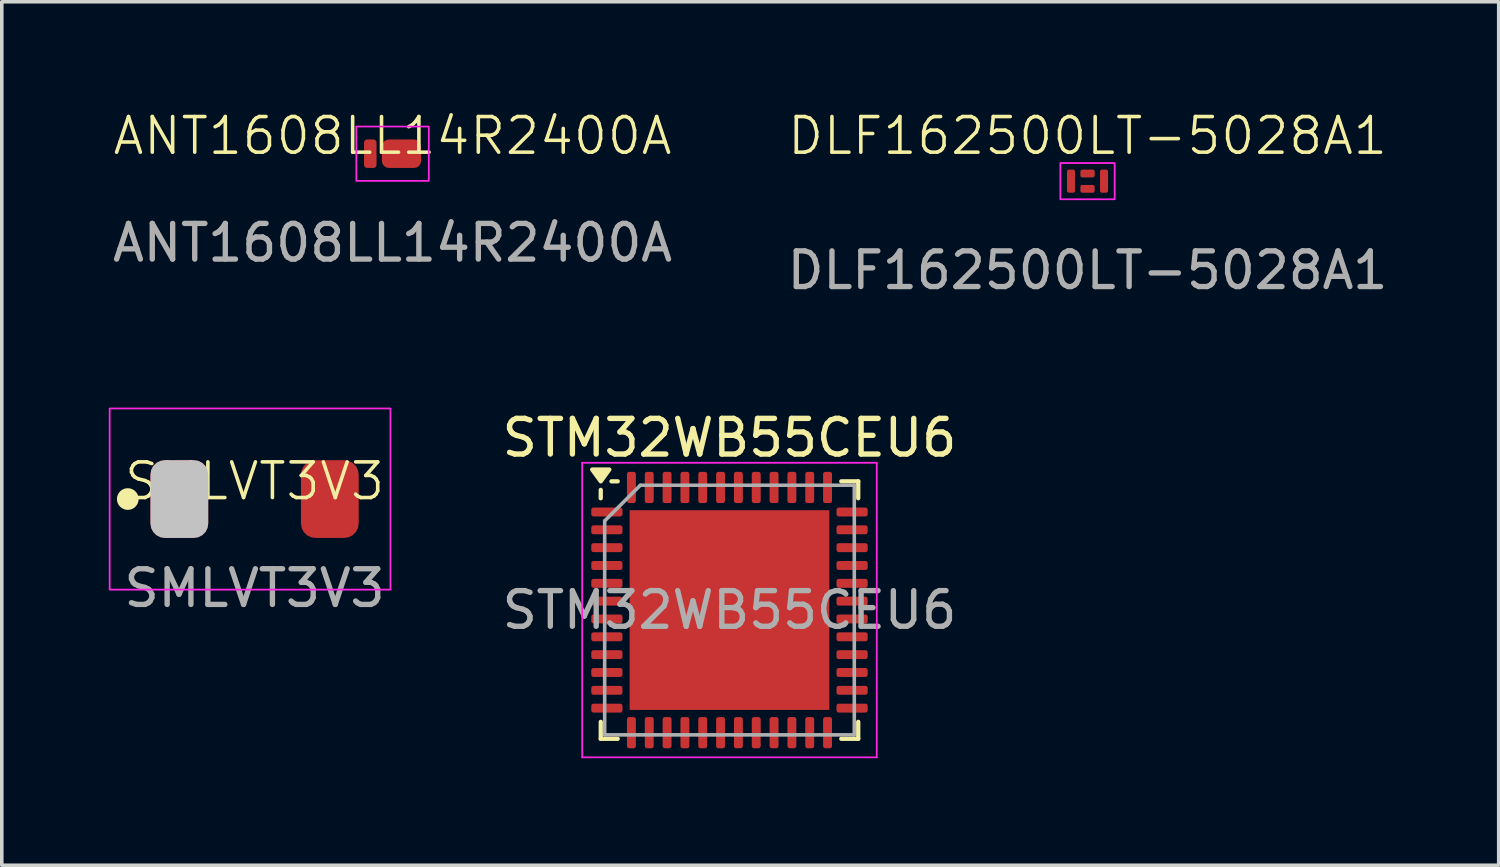
<source format=kicad_pcb>
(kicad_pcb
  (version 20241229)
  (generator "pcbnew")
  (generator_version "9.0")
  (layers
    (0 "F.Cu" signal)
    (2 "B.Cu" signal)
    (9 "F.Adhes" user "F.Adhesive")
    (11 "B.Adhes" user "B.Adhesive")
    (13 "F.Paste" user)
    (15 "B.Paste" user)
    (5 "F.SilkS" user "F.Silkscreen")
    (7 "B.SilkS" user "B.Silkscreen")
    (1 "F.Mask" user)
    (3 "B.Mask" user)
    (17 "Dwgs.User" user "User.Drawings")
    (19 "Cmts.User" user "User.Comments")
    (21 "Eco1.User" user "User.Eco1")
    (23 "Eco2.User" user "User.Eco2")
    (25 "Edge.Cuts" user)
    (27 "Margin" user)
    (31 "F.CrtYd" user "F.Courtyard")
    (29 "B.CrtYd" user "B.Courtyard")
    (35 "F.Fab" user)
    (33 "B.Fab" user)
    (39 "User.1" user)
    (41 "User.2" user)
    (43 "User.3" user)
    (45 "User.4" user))
  (footprint "STM32WB55CEU6"
    (layer "F.Cu")
    (at 17.406 14.057)
    (property "Reference" "STM32WB55CEU6" (at 0 -4.83 0) (layer "F.SilkS") (effects (font (size 1 1) (thickness 0.15))))
    (attr smd)
    (fp_line (start -3.61 -3.135) (end -3.61 -3.37) (stroke (width 0.12) (type solid)) (layer "F.SilkS"))
    (fp_line (start -3.61 3.61) (end -3.61 3.135) (stroke (width 0.12) (type solid)) (layer "F.SilkS"))
    (fp_line (start -3.135 -3.61) (end -3.31 -3.61) (stroke (width 0.12) (type solid)) (layer "F.SilkS"))
    (fp_line (start -3.135 3.61) (end -3.61 3.61) (stroke (width 0.12) (type solid)) (layer "F.SilkS"))
    (fp_line (start 3.135 -3.61) (end 3.61 -3.61) (stroke (width 0.12) (type solid)) (layer "F.SilkS"))
    (fp_line (start 3.135 3.61) (end 3.61 3.61) (stroke (width 0.12) (type solid)) (layer "F.SilkS"))
    (fp_line (start 3.61 -3.61) (end 3.61 -3.135) (stroke (width 0.12) (type solid)) (layer "F.SilkS"))
    (fp_line (start 3.61 3.61) (end 3.61 3.135) (stroke (width 0.12) (type solid)) (layer "F.SilkS"))
    (fp_poly (pts (xy -3.61 -3.61) (xy -3.85 -3.94) (xy -3.37 -3.94) (xy -3.61 -3.61)) (stroke (width 0.12) (type solid)) (fill yes) (layer "F.SilkS"))
    (fp_line (start -4.13 -4.13) (end -4.13 4.13) (stroke (width 0.05) (type solid)) (layer "F.CrtYd"))
    (fp_line (start -4.13 4.13) (end 4.13 4.13) (stroke (width 0.05) (type solid)) (layer "F.CrtYd"))
    (fp_line (start 4.13 -4.13) (end -4.13 -4.13) (stroke (width 0.05) (type solid)) (layer "F.CrtYd"))
    (fp_line (start 4.13 4.13) (end 4.13 -4.13) (stroke (width 0.05) (type solid)) (layer "F.CrtYd"))
    (fp_line (start -3.5 -2.5) (end -2.5 -3.5) (stroke (width 0.1) (type solid)) (layer "F.Fab"))
    (fp_line (start -3.5 3.5) (end -3.5 -2.5) (stroke (width 0.1) (type solid)) (layer "F.Fab"))
    (fp_line (start -2.5 -3.5) (end 3.5 -3.5) (stroke (width 0.1) (type solid)) (layer "F.Fab"))
    (fp_line (start 3.5 -3.5) (end 3.5 3.5) (stroke (width 0.1) (type solid)) (layer "F.Fab"))
    (fp_line (start 3.5 3.5) (end -3.5 3.5) (stroke (width 0.1) (type solid)) (layer "F.Fab"))
    (fp_text user "${REFERENCE}" (at 0 0 0) (layer "F.Fab") (effects (font (size 1 1) (thickness 0.15))))
    (pad "" smd roundrect (at -2.1 -2.1) (size 1.13 1.13) (layers "F.Paste") (roundrect_rratio 0.221))
    (pad "" smd roundrect (at -2.1 -0.7) (size 1.13 1.13) (layers "F.Paste") (roundrect_rratio 0.221))
    (pad "" smd roundrect (at -2.1 0.7) (size 1.13 1.13) (layers "F.Paste") (roundrect_rratio 0.221))
    (pad "" smd roundrect (at -2.1 2.1) (size 1.13 1.13) (layers "F.Paste") (roundrect_rratio 0.221))
    (pad "" smd roundrect (at -0.7 -2.1) (size 1.13 1.13) (layers "F.Paste") (roundrect_rratio 0.221))
    (pad "" smd roundrect (at -0.7 -0.7) (size 1.13 1.13) (layers "F.Paste") (roundrect_rratio 0.221))
    (pad "" smd roundrect (at -0.7 0.7) (size 1.13 1.13) (layers "F.Paste") (roundrect_rratio 0.221))
    (pad "" smd roundrect (at -0.7 2.1) (size 1.13 1.13) (layers "F.Paste") (roundrect_rratio 0.221))
    (pad "" smd roundrect (at 0.7 -2.1) (size 1.13 1.13) (layers "F.Paste") (roundrect_rratio 0.221))
    (pad "" smd roundrect (at 0.7 -0.7) (size 1.13 1.13) (layers "F.Paste") (roundrect_rratio 0.221))
    (pad "" smd roundrect (at 0.7 0.7) (size 1.13 1.13) (layers "F.Paste") (roundrect_rratio 0.221))
    (pad "" smd roundrect (at 0.7 2.1) (size 1.13 1.13) (layers "F.Paste") (roundrect_rratio 0.221))
    (pad "" smd roundrect (at 2.1 -2.1) (size 1.13 1.13) (layers "F.Paste") (roundrect_rratio 0.221))
    (pad "" smd roundrect (at 2.1 -0.7) (size 1.13 1.13) (layers "F.Paste") (roundrect_rratio 0.221))
    (pad "" smd roundrect (at 2.1 0.7) (size 1.13 1.13) (layers "F.Paste") (roundrect_rratio 0.221))
    (pad "" smd roundrect (at 2.1 2.1) (size 1.13 1.13) (layers "F.Paste") (roundrect_rratio 0.221))
    (pad "1" smd roundrect (at -3.438 -2.75) (size 0.875 0.25) (layers "F.Cu" "F.Mask" "F.Paste") (roundrect_rratio 0.25))
    (pad "2" smd roundrect (at -3.438 -2.25) (size 0.875 0.25) (layers "F.Cu" "F.Mask" "F.Paste") (roundrect_rratio 0.25))
    (pad "3" smd roundrect (at -3.438 -1.75) (size 0.875 0.25) (layers "F.Cu" "F.Mask" "F.Paste") (roundrect_rratio 0.25))
    (pad "4" smd roundrect (at -3.438 -1.25) (size 0.875 0.25) (layers "F.Cu" "F.Mask" "F.Paste") (roundrect_rratio 0.25))
    (pad "5" smd roundrect (at -3.438 -0.75) (size 0.875 0.25) (layers "F.Cu" "F.Mask" "F.Paste") (roundrect_rratio 0.25))
    (pad "6" smd roundrect (at -3.438 -0.25) (size 0.875 0.25) (layers "F.Cu" "F.Mask" "F.Paste") (roundrect_rratio 0.25))
    (pad "7" smd roundrect (at -3.438 0.25) (size 0.875 0.25) (layers "F.Cu" "F.Mask" "F.Paste") (roundrect_rratio 0.25))
    (pad "8" smd roundrect (at -3.438 0.75) (size 0.875 0.25) (layers "F.Cu" "F.Mask" "F.Paste") (roundrect_rratio 0.25))
    (pad "9" smd roundrect (at -3.438 1.25) (size 0.875 0.25) (layers "F.Cu" "F.Mask" "F.Paste") (roundrect_rratio 0.25))
    (pad "10" smd roundrect (at -3.438 1.75) (size 0.875 0.25) (layers "F.Cu" "F.Mask" "F.Paste") (roundrect_rratio 0.25))
    (pad "11" smd roundrect (at -3.438 2.25) (size 0.875 0.25) (layers "F.Cu" "F.Mask" "F.Paste") (roundrect_rratio 0.25))
    (pad "12" smd roundrect (at -3.438 2.75) (size 0.875 0.25) (layers "F.Cu" "F.Mask" "F.Paste") (roundrect_rratio 0.25))
    (pad "13" smd roundrect (at -2.75 3.438) (size 0.25 0.875) (layers "F.Cu" "F.Mask" "F.Paste") (roundrect_rratio 0.25))
    (pad "14" smd roundrect (at -2.25 3.438) (size 0.25 0.875) (layers "F.Cu" "F.Mask" "F.Paste") (roundrect_rratio 0.25))
    (pad "15" smd roundrect (at -1.75 3.438) (size 0.25 0.875) (layers "F.Cu" "F.Mask" "F.Paste") (roundrect_rratio 0.25))
    (pad "16" smd roundrect (at -1.25 3.438) (size 0.25 0.875) (layers "F.Cu" "F.Mask" "F.Paste") (roundrect_rratio 0.25))
    (pad "17" smd roundrect (at -0.75 3.438) (size 0.25 0.875) (layers "F.Cu" "F.Mask" "F.Paste") (roundrect_rratio 0.25))
    (pad "18" smd roundrect (at -0.25 3.438) (size 0.25 0.875) (layers "F.Cu" "F.Mask" "F.Paste") (roundrect_rratio 0.25))
    (pad "19" smd roundrect (at 0.25 3.438) (size 0.25 0.875) (layers "F.Cu" "F.Mask" "F.Paste") (roundrect_rratio 0.25))
    (pad "20" smd roundrect (at 0.75 3.438) (size 0.25 0.875) (layers "F.Cu" "F.Mask" "F.Paste") (roundrect_rratio 0.25))
    (pad "21" smd roundrect (at 1.25 3.438) (size 0.25 0.875) (layers "F.Cu" "F.Mask" "F.Paste") (roundrect_rratio 0.25))
    (pad "22" smd roundrect (at 1.75 3.438) (size 0.25 0.875) (layers "F.Cu" "F.Mask" "F.Paste") (roundrect_rratio 0.25))
    (pad "23" smd roundrect (at 2.25 3.438) (size 0.25 0.875) (layers "F.Cu" "F.Mask" "F.Paste") (roundrect_rratio 0.25))
    (pad "24" smd roundrect (at 2.75 3.438) (size 0.25 0.875) (layers "F.Cu" "F.Mask" "F.Paste") (roundrect_rratio 0.25))
    (pad "25" smd roundrect (at 3.438 2.75) (size 0.875 0.25) (layers "F.Cu" "F.Mask" "F.Paste") (roundrect_rratio 0.25))
    (pad "26" smd roundrect (at 3.438 2.25) (size 0.875 0.25) (layers "F.Cu" "F.Mask" "F.Paste") (roundrect_rratio 0.25))
    (pad "27" smd roundrect (at 3.438 1.75) (size 0.875 0.25) (layers "F.Cu" "F.Mask" "F.Paste") (roundrect_rratio 0.25))
    (pad "28" smd roundrect (at 3.438 1.25) (size 0.875 0.25) (layers "F.Cu" "F.Mask" "F.Paste") (roundrect_rratio 0.25))
    (pad "29" smd roundrect (at 3.438 0.75) (size 0.875 0.25) (layers "F.Cu" "F.Mask" "F.Paste") (roundrect_rratio 0.25))
    (pad "30" smd roundrect (at 3.438 0.25) (size 0.875 0.25) (layers "F.Cu" "F.Mask" "F.Paste") (roundrect_rratio 0.25))
    (pad "31" smd roundrect (at 3.438 -0.25) (size 0.875 0.25) (layers "F.Cu" "F.Mask" "F.Paste") (roundrect_rratio 0.25))
    (pad "32" smd roundrect (at 3.438 -0.75) (size 0.875 0.25) (layers "F.Cu" "F.Mask" "F.Paste") (roundrect_rratio 0.25))
    (pad "33" smd roundrect (at 3.438 -1.25) (size 0.875 0.25) (layers "F.Cu" "F.Mask" "F.Paste") (roundrect_rratio 0.25))
    (pad "34" smd roundrect (at 3.438 -1.75) (size 0.875 0.25) (layers "F.Cu" "F.Mask" "F.Paste") (roundrect_rratio 0.25))
    (pad "35" smd roundrect (at 3.438 -2.25) (size 0.875 0.25) (layers "F.Cu" "F.Mask" "F.Paste") (roundrect_rratio 0.25))
    (pad "36" smd roundrect (at 3.438 -2.75) (size 0.875 0.25) (layers "F.Cu" "F.Mask" "F.Paste") (roundrect_rratio 0.25))
    (pad "37" smd roundrect (at 2.75 -3.438) (size 0.25 0.875) (layers "F.Cu" "F.Mask" "F.Paste") (roundrect_rratio 0.25))
    (pad "38" smd roundrect (at 2.25 -3.438) (size 0.25 0.875) (layers "F.Cu" "F.Mask" "F.Paste") (roundrect_rratio 0.25))
    (pad "39" smd roundrect (at 1.75 -3.438) (size 0.25 0.875) (layers "F.Cu" "F.Mask" "F.Paste") (roundrect_rratio 0.25))
    (pad "40" smd roundrect (at 1.25 -3.438) (size 0.25 0.875) (layers "F.Cu" "F.Mask" "F.Paste") (roundrect_rratio 0.25))
    (pad "41" smd roundrect (at 0.75 -3.438) (size 0.25 0.875) (layers "F.Cu" "F.Mask" "F.Paste") (roundrect_rratio 0.25))
    (pad "42" smd roundrect (at 0.25 -3.438) (size 0.25 0.875) (layers "F.Cu" "F.Mask" "F.Paste") (roundrect_rratio 0.25))
    (pad "43" smd roundrect (at -0.25 -3.438) (size 0.25 0.875) (layers "F.Cu" "F.Mask" "F.Paste") (roundrect_rratio 0.25))
    (pad "44" smd roundrect (at -0.75 -3.438) (size 0.25 0.875) (layers "F.Cu" "F.Mask" "F.Paste") (roundrect_rratio 0.25))
    (pad "45" smd roundrect (at -1.25 -3.438) (size 0.25 0.875) (layers "F.Cu" "F.Mask" "F.Paste") (roundrect_rratio 0.25))
    (pad "46" smd roundrect (at -1.75 -3.438) (size 0.25 0.875) (layers "F.Cu" "F.Mask" "F.Paste") (roundrect_rratio 0.25))
    (pad "47" smd roundrect (at -2.25 -3.438) (size 0.25 0.875) (layers "F.Cu" "F.Mask" "F.Paste") (roundrect_rratio 0.25))
    (pad "48" smd roundrect (at -2.75 -3.438) (size 0.25 0.875) (layers "F.Cu" "F.Mask" "F.Paste") (roundrect_rratio 0.25))
    (pad "49" smd rect (at 0 0) (size 5.6 5.6) (property pad_prop_heatsink) (layers "F.Cu" "F.Mask")))
  (footprint "SMLVT3V3"
    (layer "F.Cu")
    (at 4.089 10.944)
    (property "Reference" "SMLVT3V3" (at 0 -0.5 0) (unlocked yes) (layer "F.SilkS") (effects (font (size 1 1) (thickness 0.1))))
    (attr smd)
    (fp_circle (center -3.556 0) (end -3.302 0) (stroke (width 0.1) (type solid)) (fill yes) (layer "F.SilkS"))
    (fp_rect (start -4.064 -2.54) (end 3.81 2.54) (stroke (width 0.05) (type default)) (fill no) (layer "F.CrtYd"))
    (fp_text user "${REFERENCE}" (at 0 2.5 0) (unlocked yes) (layer "F.Fab") (effects (font (size 1 1) (thickness 0.15))))
    (pad "1" smd roundrect (at -2.11 0) (size 1.62 2.18) (layers "F.Cu" "F.Mask" "F.Paste" "Dwgs.User") (roundrect_rratio 0.25))
    (pad "2" smd roundrect (at 2.11 0) (size 1.62 2.18) (layers "F.Cu" "F.Mask" "F.Paste") (roundrect_rratio 0.25)))
  (footprint "ANT1608LL14R2400A"
    (layer "F.Cu")
    (at 7.958 1.26)
    (property "Reference" "ANT1608LL14R2400A" (at 0 -0.5 0) (unlocked yes) (layer "F.SilkS") (effects (font (size 1 1) (thickness 0.1))))
    (attr smd)
    (fp_rect (start -1.016 -0.762) (end 1.016 0.762) (stroke (width 0.05) (type default)) (fill no) (layer "F.CrtYd"))
    (fp_text user "${REFERENCE}" (at 0 2.5 0) (unlocked yes) (layer "F.Fab") (effects (font (size 1 1) (thickness 0.15))))
    (pad "1" smd roundrect (at -0.625 0) (size 0.35 0.8) (layers "F.Cu" "F.Mask" "F.Paste") (roundrect_rratio 0.25))
    (pad "2" smd roundrect (at 0.25 0) (size 1.1 0.8) (layers "F.Cu" "F.Mask" "F.Paste") (roundrect_rratio 0.25)))
  (footprint "DLF162500LT-5028A1"
    (layer "F.Cu")
    (at 27.446 2.03)
    (property "Reference" "DLF162500LT-5028A1" (at 0 -1.27 0) (unlocked yes) (layer "F.SilkS") (effects (font (size 1 1) (thickness 0.1))))
    (attr smd)
    (fp_rect (start -0.762 -0.508) (end 0.762 0.508) (stroke (width 0.05) (type default)) (fill no) (layer "F.CrtYd"))
    (fp_text user "${REFERENCE}" (at 0 2.5 0) (unlocked yes) (layer "F.Fab") (effects (font (size 1 1) (thickness 0.15))))
    (pad "1" smd roundrect (at -0.463 0) (size 0.225 0.65) (layers "F.Cu" "F.Mask" "F.Paste") (roundrect_rratio 0.25))
    (pad "2" smd roundrect (at 0 -0.215) (size 0.4 0.22) (layers "F.Cu" "F.Mask" "F.Paste") (roundrect_rratio 0.25))
    (pad "3" smd roundrect (at 0.463 0) (size 0.225 0.65) (layers "F.Cu" "F.Mask" "F.Paste") (roundrect_rratio 0.25))
    (pad "4" smd roundrect (at 0 0.215) (size 0.4 0.22) (layers "F.Cu" "F.Mask" "F.Paste") (roundrect_rratio 0.25)))
  (gr_rect
    (start -3 -3)
    (end 38.976 21.212)
    (stroke (width 0.1) (type default))
    (fill no)
    (layer "Edge.Cuts")))
</source>
